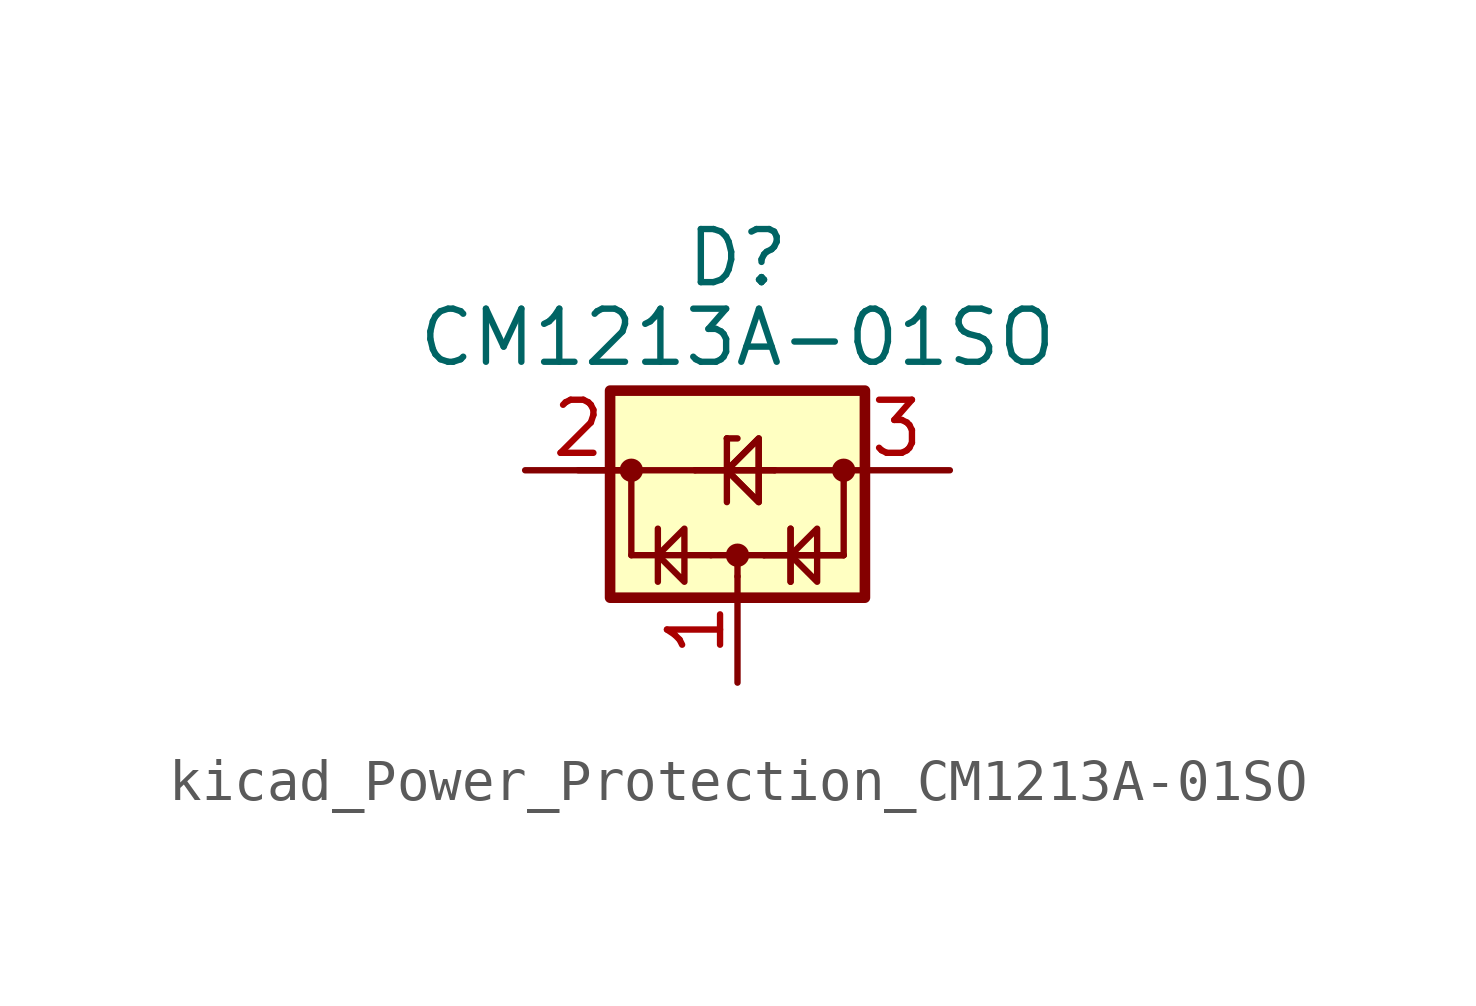
<source format=kicad_sym>
(kicad_symbol_lib
  (version 20220914)
  (generator kicad_symbol_editor)
  (symbol "kicad_Power_Protection_CM1213A-01SO"
    (pin_names hide)
    (property "Reference" "D"
      (at 0 5.08 0)
      (effects (font (size 1.27 1.27))))
    (property "Value" "CM1213A-01SO"
      (at 0 3.175 0)
      (effects (font (size 1.27 1.27))))
    (symbol "kicad_Power_Protection_CM1213A-01SO_0_1"
      (rectangle (start -3.048 -3.048) (end 3.048 1.905) (stroke (width 0.254) (type default)) (fill (type background)))
      (circle (center -2.54 0) (radius 0.203) (stroke (width 0) (type default)) (fill (type outline)))
      (circle (center 0 -2.032) (radius 0.203) (stroke (width 0) (type default)) (fill (type outline)))
      (polyline (pts (xy -2.54 -2.032) (xy -2.54 0)) (stroke (width 0) (type default)) (fill (type none)))
      (polyline (pts (xy -1.905 -2.667) (xy -1.905 -1.397)) (stroke (width 0) (type default)) (fill (type none)))
      (polyline (pts (xy -1.016 0) (xy -3.81 0)) (stroke (width 0) (type default)) (fill (type none)))
      (polyline (pts (xy -0.635 -2.032) (xy -2.54 -2.032)) (stroke (width 0) (type default)) (fill (type none)))
      (polyline (pts (xy -0.635 -2.032) (xy 0.635 -2.032)) (stroke (width 0) (type default)) (fill (type none)))
      (polyline (pts (xy -0.254 -0.762) (xy -0.254 0.762)) (stroke (width 0) (type default)) (fill (type none)))
      (polyline (pts (xy -0.254 0.762) (xy -0.254 0.762)) (stroke (width 0) (type default)) (fill (type none)))
      (polyline (pts (xy 0 -2.54) (xy 0 -2.032)) (stroke (width 0) (type default)) (fill (type none)))
      (polyline (pts (xy 0 0.762) (xy -0.254 0.762)) (stroke (width 0) (type default)) (fill (type none)))
      (polyline (pts (xy 0.889 0) (xy -1.016 0)) (stroke (width 0) (type default)) (fill (type none)))
      (polyline (pts (xy 0.889 0) (xy -1.016 0)) (stroke (width 0) (type default)) (fill (type none)))
      (polyline (pts (xy 0.889 0) (xy 2.54 0)) (stroke (width 0) (type default)) (fill (type none)))
      (polyline (pts (xy 1.27 -2.667) (xy 1.27 -1.397)) (stroke (width 0) (type default)) (fill (type none)))
      (polyline (pts (xy 1.27 -2.667) (xy 1.27 -1.397)) (stroke (width 0) (type default)) (fill (type none)))
      (polyline (pts (xy 2.54 -2.032) (xy 0.635 -2.032)) (stroke (width 0) (type default)) (fill (type none)))
      (polyline (pts (xy 2.54 -2.032) (xy 0.635 -2.032)) (stroke (width 0) (type default)) (fill (type none)))
      (polyline (pts (xy 2.54 -2.032) (xy 2.54 0)) (stroke (width 0) (type default)) (fill (type none)))
      (polyline (pts (xy -1.27 -2.667) (xy -1.27 -1.397) (xy -1.905 -2.032) (xy -1.27 -2.667)) (stroke (width 0) (type default)) (fill (type none)))
      (polyline (pts (xy 0.508 -0.762) (xy 0.508 0.762) (xy -0.254 0) (xy 0.508 -0.762)) (stroke (width 0) (type default)) (fill (type none)))
      (polyline (pts (xy 0.508 -0.762) (xy 0.508 0.762) (xy -0.254 0) (xy 0.508 -0.762)) (stroke (width 0) (type default)) (fill (type none)))
      (polyline (pts (xy 1.905 -2.667) (xy 1.905 -1.397) (xy 1.27 -2.032) (xy 1.905 -2.667)) (stroke (width 0) (type default)) (fill (type none)))
      (circle (center 2.54 0) (radius 0.203) (stroke (width 0) (type default)) (fill (type outline))))
    (symbol "kicad_Power_Protection_CM1213A-01SO_1_1"
      (pin passive line (at 0 -5.08 90) (length 2.54) (name "CH1" (effects (font (size 1.27 1.27)))) (number "1" (effects (font (size 1.27 1.27)))))
      (pin passive line (at -5.08 0 0) (length 2.54) (name "VP" (effects (font (size 1.27 1.27)))) (number "2" (effects (font (size 1.27 1.27)))))
      (pin passive line (at 5.08 0 180) (length 2.54) (name "VN" (effects (font (size 1.27 1.27)))) (number "3" (effects (font (size 1.27 1.27))))))))
</source>
